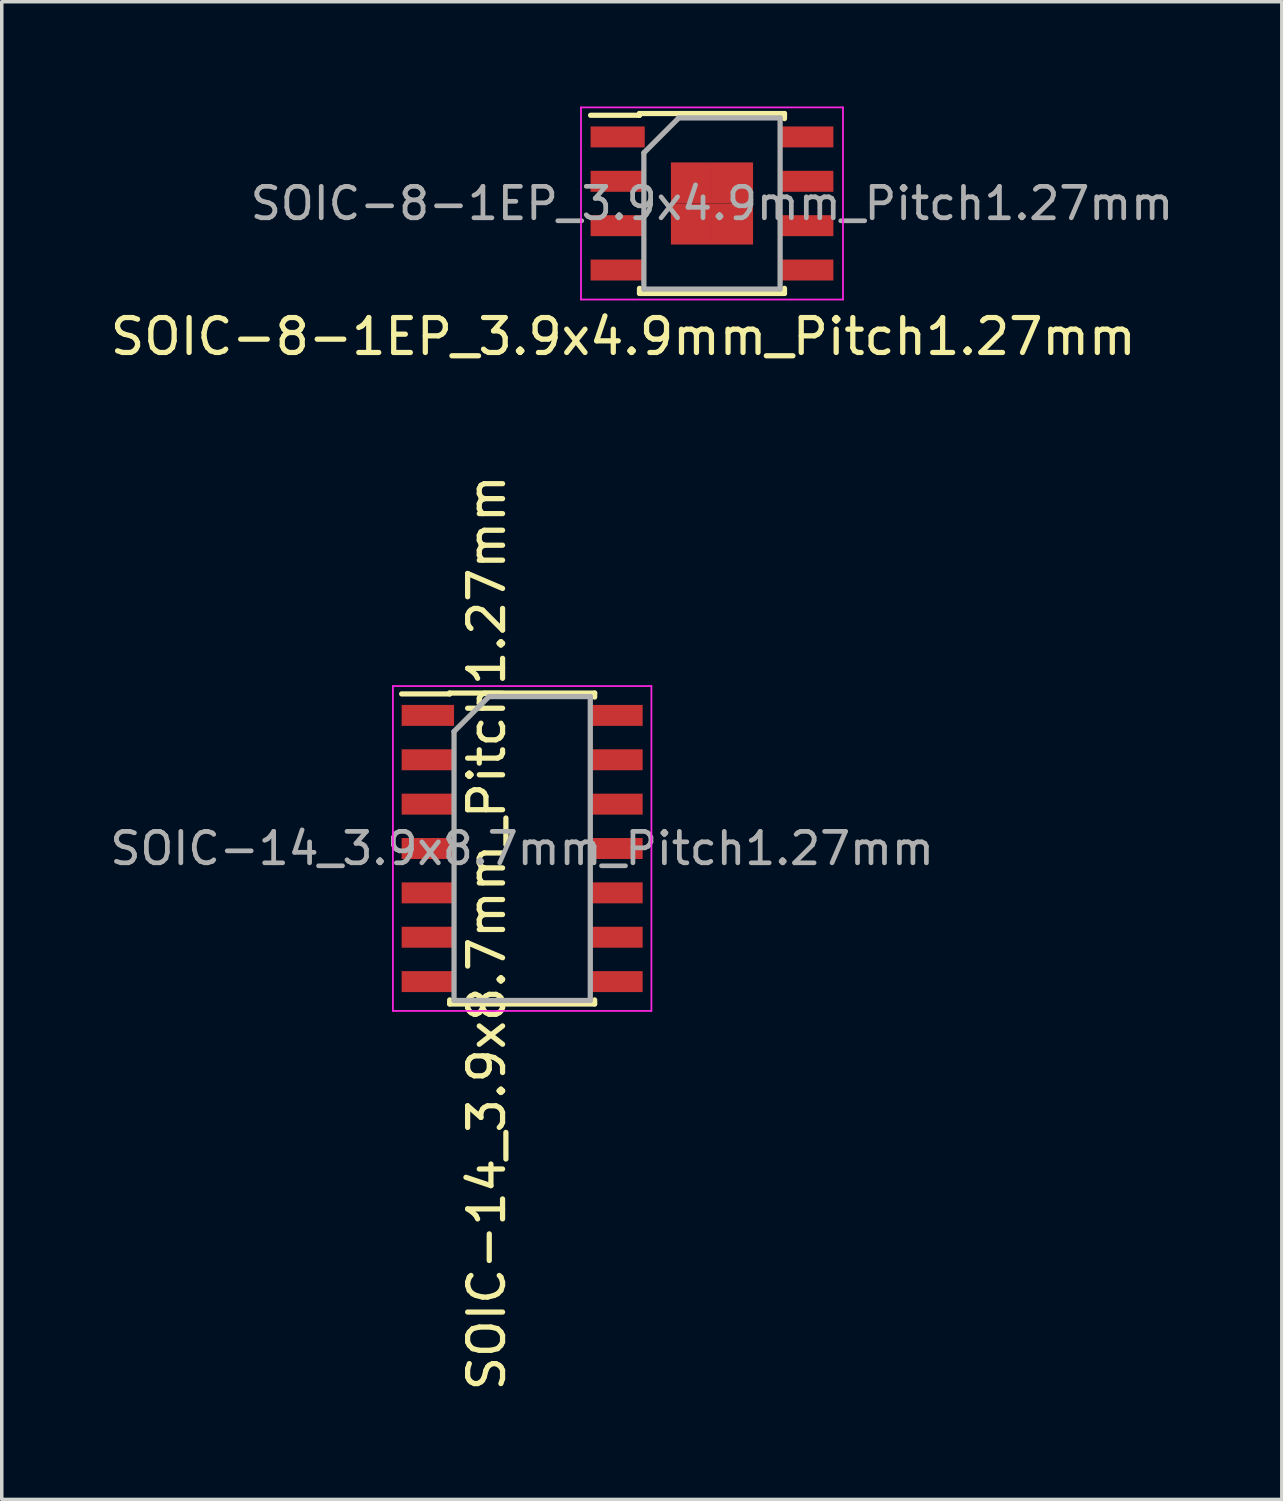
<source format=kicad_pcb>
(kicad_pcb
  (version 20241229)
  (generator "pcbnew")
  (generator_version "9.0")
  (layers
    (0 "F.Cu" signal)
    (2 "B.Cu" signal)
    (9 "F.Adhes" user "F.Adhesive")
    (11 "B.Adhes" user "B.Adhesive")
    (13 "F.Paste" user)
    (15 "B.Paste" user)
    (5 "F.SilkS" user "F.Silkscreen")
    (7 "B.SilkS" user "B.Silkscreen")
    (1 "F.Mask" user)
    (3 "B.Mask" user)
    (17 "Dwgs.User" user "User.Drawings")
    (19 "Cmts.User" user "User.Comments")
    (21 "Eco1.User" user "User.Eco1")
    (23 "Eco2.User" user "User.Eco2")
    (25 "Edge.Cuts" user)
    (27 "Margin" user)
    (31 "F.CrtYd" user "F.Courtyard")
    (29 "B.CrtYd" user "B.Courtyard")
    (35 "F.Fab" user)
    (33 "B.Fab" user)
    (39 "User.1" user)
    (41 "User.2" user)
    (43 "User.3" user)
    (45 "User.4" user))
  (footprint "SOIC-8-1EP_3.9x4.9mm_Pitch1.27mm"
    (layer "F.Cu")
    (at 17.332 2.775)
    (property "Reference" "SOIC-8-1EP_3.9x4.9mm_Pitch1.27mm" (at -2.54 3.81 0) (layer "F.SilkS") (effects (font (size 1 1) (thickness 0.15))))
    (attr smd)
    (fp_line (start -2.075 -2.575) (end -2.075 -2.525) (stroke (width 0.15) (type solid)) (layer "F.SilkS"))
    (fp_line (start -2.075 -2.575) (end 2.075 -2.575) (stroke (width 0.15) (type solid)) (layer "F.SilkS"))
    (fp_line (start -2.075 -2.525) (end -3.475 -2.525) (stroke (width 0.15) (type solid)) (layer "F.SilkS"))
    (fp_line (start -2.075 2.575) (end -2.075 2.43) (stroke (width 0.15) (type solid)) (layer "F.SilkS"))
    (fp_line (start -2.075 2.575) (end 2.075 2.575) (stroke (width 0.15) (type solid)) (layer "F.SilkS"))
    (fp_line (start 2.075 -2.575) (end 2.075 -2.43) (stroke (width 0.15) (type solid)) (layer "F.SilkS"))
    (fp_line (start 2.075 2.575) (end 2.075 2.43) (stroke (width 0.15) (type solid)) (layer "F.SilkS"))
    (fp_line (start -3.75 -2.75) (end -3.75 2.75) (stroke (width 0.05) (type solid)) (layer "F.CrtYd"))
    (fp_line (start -3.75 -2.75) (end 3.75 -2.75) (stroke (width 0.05) (type solid)) (layer "F.CrtYd"))
    (fp_line (start -3.75 2.75) (end 3.75 2.75) (stroke (width 0.05) (type solid)) (layer "F.CrtYd"))
    (fp_line (start 3.75 -2.75) (end 3.75 2.75) (stroke (width 0.05) (type solid)) (layer "F.CrtYd"))
    (fp_line (start -1.95 -1.45) (end -0.95 -2.45) (stroke (width 0.15) (type solid)) (layer "F.Fab"))
    (fp_line (start -1.95 2.45) (end -1.95 -1.45) (stroke (width 0.15) (type solid)) (layer "F.Fab"))
    (fp_line (start -0.95 -2.45) (end 1.95 -2.45) (stroke (width 0.15) (type solid)) (layer "F.Fab"))
    (fp_line (start 1.95 -2.45) (end 1.95 2.45) (stroke (width 0.15) (type solid)) (layer "F.Fab"))
    (fp_line (start 1.95 2.45) (end -1.95 2.45) (stroke (width 0.15) (type solid)) (layer "F.Fab"))
    (fp_text user "${REFERENCE}" (at 0 0 0) (layer "F.Fab") (effects (font (size 0.9 0.9) (thickness 0.135))))
    (pad "1" smd rect (at -2.7 -1.905) (size 1.55 0.6) (layers "F.Cu" "F.Mask" "F.Paste"))
    (pad "2" smd rect (at -2.7 -0.635) (size 1.55 0.6) (layers "F.Cu" "F.Mask" "F.Paste"))
    (pad "3" smd rect (at -2.7 0.635) (size 1.55 0.6) (layers "F.Cu" "F.Mask" "F.Paste"))
    (pad "4" smd rect (at -2.7 1.905) (size 1.55 0.6) (layers "F.Cu" "F.Mask" "F.Paste"))
    (pad "5" smd rect (at 2.7 1.905) (size 1.55 0.6) (layers "F.Cu" "F.Mask" "F.Paste"))
    (pad "6" smd rect (at 2.7 0.635) (size 1.55 0.6) (layers "F.Cu" "F.Mask" "F.Paste"))
    (pad "7" smd rect (at 2.7 -0.635) (size 1.55 0.6) (layers "F.Cu" "F.Mask" "F.Paste"))
    (pad "8" smd rect (at -0.588 -0.588) (size 1.175 1.175) (layers "F.Cu" "F.Mask" "F.Paste"))
    (pad "8" smd rect (at -0.588 0.588) (size 1.175 1.175) (layers "F.Cu" "F.Mask" "F.Paste"))
    (pad "8" smd rect (at 0.588 -0.588) (size 1.175 1.175) (layers "F.Cu" "F.Mask" "F.Paste"))
    (pad "8" smd rect (at 0.588 0.588) (size 1.175 1.175) (layers "F.Cu" "F.Mask" "F.Paste"))
    (pad "8" smd rect (at 2.7 -1.905) (size 1.55 0.6) (layers "F.Cu" "F.Mask" "F.Paste")))
  (footprint "SOIC-14_3.9x8.7mm_Pitch1.27mm"
    (layer "F.Cu")
    (at 11.898 21.24)
    (property "Reference" "SOIC-14_3.9x8.7mm_Pitch1.27mm" (at -1.016 2.413 90) (layer "F.SilkS") (effects (font (size 1 1) (thickness 0.15))))
    (attr smd)
    (fp_line (start -2.075 -4.45) (end -2.075 -4.425) (stroke (width 0.15) (type solid)) (layer "F.SilkS"))
    (fp_line (start -2.075 -4.45) (end 2.075 -4.45) (stroke (width 0.15) (type solid)) (layer "F.SilkS"))
    (fp_line (start -2.075 -4.425) (end -3.45 -4.425) (stroke (width 0.15) (type solid)) (layer "F.SilkS"))
    (fp_line (start -2.075 4.45) (end -2.075 4.335) (stroke (width 0.15) (type solid)) (layer "F.SilkS"))
    (fp_line (start -2.075 4.45) (end 2.075 4.45) (stroke (width 0.15) (type solid)) (layer "F.SilkS"))
    (fp_line (start 2.075 -4.45) (end 2.075 -4.335) (stroke (width 0.15) (type solid)) (layer "F.SilkS"))
    (fp_line (start 2.075 4.45) (end 2.075 4.335) (stroke (width 0.15) (type solid)) (layer "F.SilkS"))
    (fp_line (start -3.7 -4.65) (end -3.7 4.65) (stroke (width 0.05) (type solid)) (layer "F.CrtYd"))
    (fp_line (start -3.7 -4.65) (end 3.7 -4.65) (stroke (width 0.05) (type solid)) (layer "F.CrtYd"))
    (fp_line (start -3.7 4.65) (end 3.7 4.65) (stroke (width 0.05) (type solid)) (layer "F.CrtYd"))
    (fp_line (start 3.7 -4.65) (end 3.7 4.65) (stroke (width 0.05) (type solid)) (layer "F.CrtYd"))
    (fp_line (start -1.95 -3.35) (end -0.95 -4.35) (stroke (width 0.15) (type solid)) (layer "F.Fab"))
    (fp_line (start -1.95 4.35) (end -1.95 -3.35) (stroke (width 0.15) (type solid)) (layer "F.Fab"))
    (fp_line (start -0.95 -4.35) (end 1.95 -4.35) (stroke (width 0.15) (type solid)) (layer "F.Fab"))
    (fp_line (start 1.95 -4.35) (end 1.95 4.35) (stroke (width 0.15) (type solid)) (layer "F.Fab"))
    (fp_line (start 1.95 4.35) (end -1.95 4.35) (stroke (width 0.15) (type solid)) (layer "F.Fab"))
    (fp_text user "${REFERENCE}" (at 0 0 0) (layer "F.Fab") (effects (font (size 0.9 0.9) (thickness 0.135))))
    (pad "1" smd rect (at -2.7 -3.81) (size 1.5 0.6) (layers "F.Cu" "F.Mask" "F.Paste"))
    (pad "2" smd rect (at -2.7 -2.54) (size 1.5 0.6) (layers "F.Cu" "F.Mask" "F.Paste"))
    (pad "3" smd rect (at -2.7 -1.27) (size 1.5 0.6) (layers "F.Cu" "F.Mask" "F.Paste"))
    (pad "4" smd rect (at -2.7 0) (size 1.5 0.6) (layers "F.Cu" "F.Mask" "F.Paste"))
    (pad "5" smd rect (at -2.7 1.27) (size 1.5 0.6) (layers "F.Cu" "F.Mask" "F.Paste"))
    (pad "6" smd rect (at -2.7 2.54) (size 1.5 0.6) (layers "F.Cu" "F.Mask" "F.Paste"))
    (pad "7" smd rect (at -2.7 3.81) (size 1.5 0.6) (layers "F.Cu" "F.Mask" "F.Paste"))
    (pad "8" smd rect (at 2.7 3.81) (size 1.5 0.6) (layers "F.Cu" "F.Mask" "F.Paste"))
    (pad "9" smd rect (at 2.7 2.54) (size 1.5 0.6) (layers "F.Cu" "F.Mask" "F.Paste"))
    (pad "10" smd rect (at 2.7 1.27) (size 1.5 0.6) (layers "F.Cu" "F.Mask" "F.Paste"))
    (pad "11" smd rect (at 2.7 0) (size 1.5 0.6) (layers "F.Cu" "F.Mask" "F.Paste"))
    (pad "12" smd rect (at 2.7 -1.27) (size 1.5 0.6) (layers "F.Cu" "F.Mask" "F.Paste"))
    (pad "13" smd rect (at 2.7 -2.54) (size 1.5 0.6) (layers "F.Cu" "F.Mask" "F.Paste"))
    (pad "14" smd rect (at 2.7 -3.81) (size 1.5 0.6) (layers "F.Cu" "F.Mask" "F.Paste")))
  (gr_rect
    (start -3 -3)
    (end 33.644 39.874)
    (stroke (width 0.1) (type default))
    (fill no)
    (layer "Edge.Cuts")))
</source>
